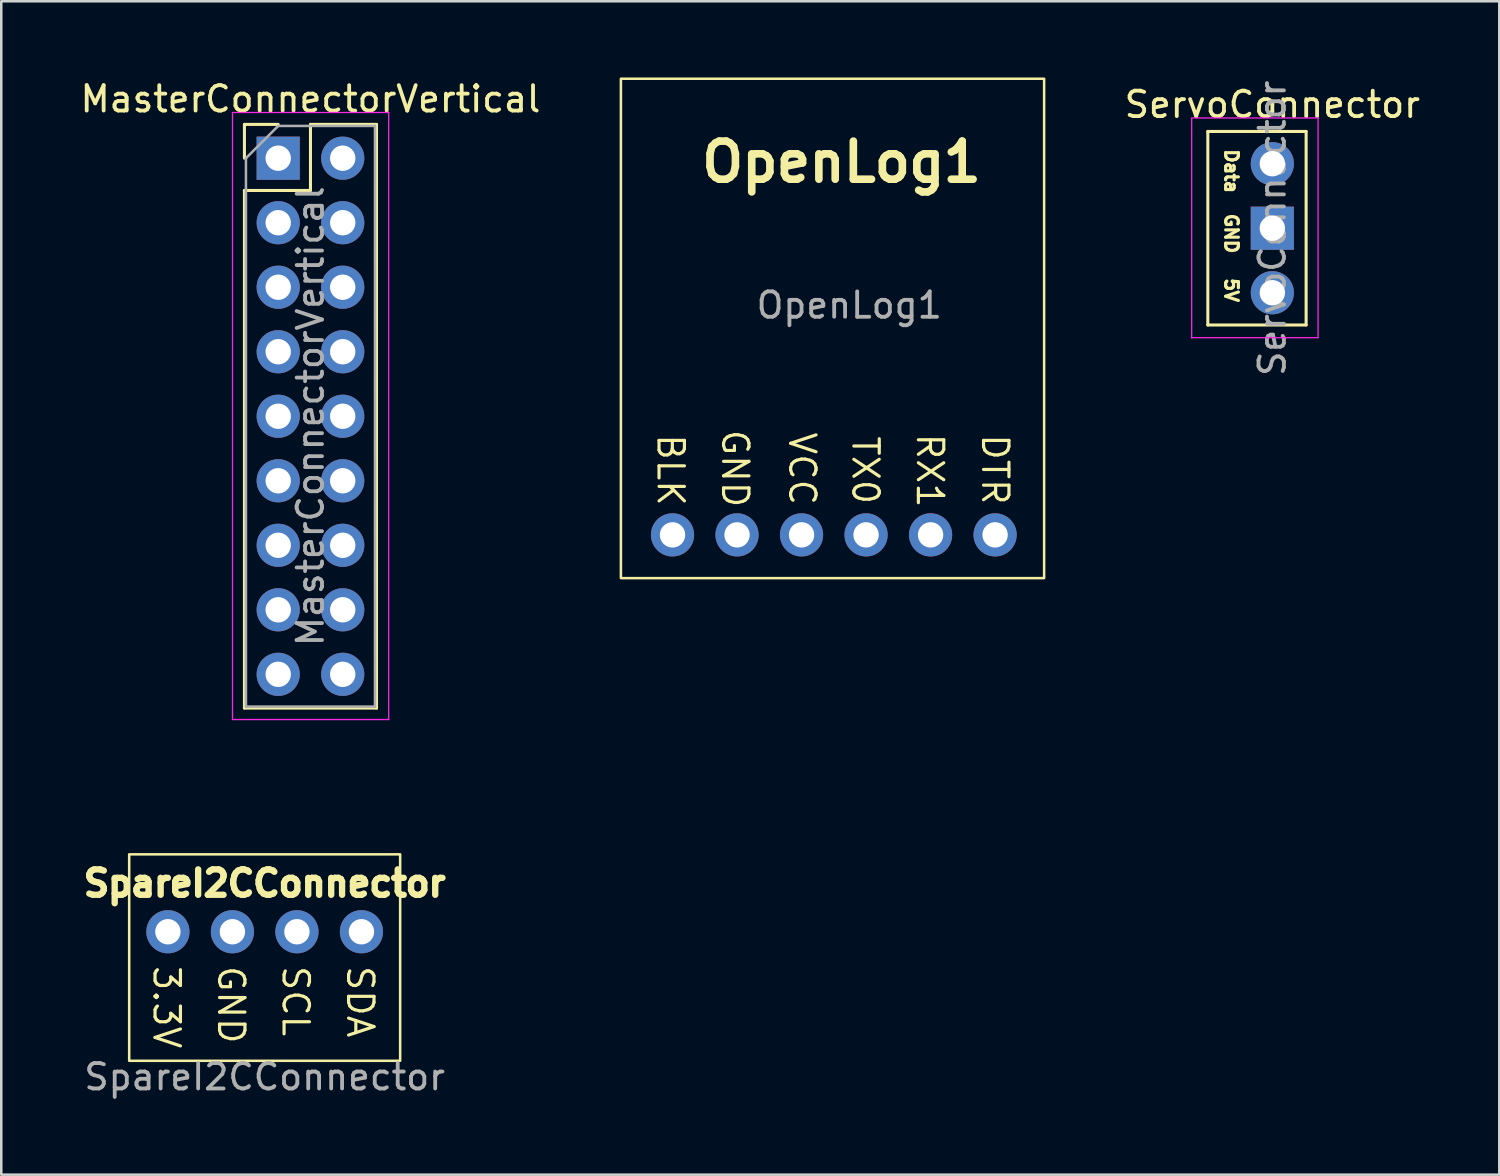
<source format=kicad_pcb>
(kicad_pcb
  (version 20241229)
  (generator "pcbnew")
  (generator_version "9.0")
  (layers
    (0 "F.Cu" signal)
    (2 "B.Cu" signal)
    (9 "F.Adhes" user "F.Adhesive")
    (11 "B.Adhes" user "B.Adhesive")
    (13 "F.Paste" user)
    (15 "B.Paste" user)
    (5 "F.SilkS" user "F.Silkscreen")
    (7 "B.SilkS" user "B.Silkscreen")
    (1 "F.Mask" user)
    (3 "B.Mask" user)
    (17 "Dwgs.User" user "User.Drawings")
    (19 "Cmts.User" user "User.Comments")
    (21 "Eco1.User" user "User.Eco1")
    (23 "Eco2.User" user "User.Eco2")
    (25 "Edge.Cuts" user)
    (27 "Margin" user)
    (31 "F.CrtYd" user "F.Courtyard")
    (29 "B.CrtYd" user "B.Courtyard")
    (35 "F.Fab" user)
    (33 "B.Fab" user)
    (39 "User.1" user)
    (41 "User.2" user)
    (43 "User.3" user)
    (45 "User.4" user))
  (footprint "MasterConnectorVertical"
    (layer "F.Cu")
    (at 7.903 3.178)
    (property "Reference" "MasterConnectorVertical" (at 1.27 -2.33 0) (layer "F.SilkS") (effects (font (size 1 1) (thickness 0.15))))
    (attr through_hole)
    (fp_line (start -1.33 -1.33) (end 0 -1.33) (stroke (width 0.12) (type solid)) (layer "F.SilkS"))
    (fp_line (start -1.33 0) (end -1.33 -1.33) (stroke (width 0.12) (type solid)) (layer "F.SilkS"))
    (fp_line (start -1.33 1.27) (end -1.33 21.65) (stroke (width 0.12) (type solid)) (layer "F.SilkS"))
    (fp_line (start -1.33 1.27) (end 1.27 1.27) (stroke (width 0.12) (type solid)) (layer "F.SilkS"))
    (fp_line (start -1.33 21.65) (end 3.87 21.65) (stroke (width 0.12) (type solid)) (layer "F.SilkS"))
    (fp_line (start 1.27 -1.33) (end 3.87 -1.33) (stroke (width 0.12) (type solid)) (layer "F.SilkS"))
    (fp_line (start 1.27 1.27) (end 1.27 -1.33) (stroke (width 0.12) (type solid)) (layer "F.SilkS"))
    (fp_line (start 3.87 -1.33) (end 3.87 21.65) (stroke (width 0.12) (type solid)) (layer "F.SilkS"))
    (fp_line (start -1.8 -1.8) (end -1.8 22.1) (stroke (width 0.05) (type solid)) (layer "F.CrtYd"))
    (fp_line (start -1.8 22.1) (end 4.35 22.1) (stroke (width 0.05) (type solid)) (layer "F.CrtYd"))
    (fp_line (start 4.35 -1.8) (end -1.8 -1.8) (stroke (width 0.05) (type solid)) (layer "F.CrtYd"))
    (fp_line (start 4.35 22.1) (end 4.35 -1.8) (stroke (width 0.05) (type solid)) (layer "F.CrtYd"))
    (fp_line (start -1.27 0) (end 0 -1.27) (stroke (width 0.1) (type solid)) (layer "F.Fab"))
    (fp_line (start -1.27 21.59) (end -1.27 0) (stroke (width 0.1) (type solid)) (layer "F.Fab"))
    (fp_line (start 0 -1.27) (end 3.81 -1.27) (stroke (width 0.1) (type solid)) (layer "F.Fab"))
    (fp_line (start 3.81 -1.27) (end 3.81 21.59) (stroke (width 0.1) (type solid)) (layer "F.Fab"))
    (fp_line (start 3.81 21.59) (end -1.27 21.59) (stroke (width 0.1) (type solid)) (layer "F.Fab"))
    (fp_text user "${REFERENCE}" (at 1.27 10.16 90) (layer "F.Fab") (effects (font (size 1 1) (thickness 0.15))))
    (pad "1" thru_hole rect (at 0 0) (size 1.7 1.7) (drill 1) (layers "*.Cu" "*.Mask"))
    (pad "2" thru_hole oval (at 2.54 0) (size 1.7 1.7) (drill 1) (layers "*.Cu" "*.Mask"))
    (pad "3" thru_hole oval (at 0 2.54) (size 1.7 1.7) (drill 1) (layers "*.Cu" "*.Mask"))
    (pad "4" thru_hole oval (at 2.54 2.54) (size 1.7 1.7) (drill 1) (layers "*.Cu" "*.Mask"))
    (pad "5" thru_hole oval (at 0 5.08) (size 1.7 1.7) (drill 1) (layers "*.Cu" "*.Mask"))
    (pad "6" thru_hole oval (at 2.54 5.08) (size 1.7 1.7) (drill 1) (layers "*.Cu" "*.Mask"))
    (pad "7" thru_hole oval (at 0 7.62) (size 1.7 1.7) (drill 1) (layers "*.Cu" "*.Mask"))
    (pad "8" thru_hole oval (at 2.54 7.62) (size 1.7 1.7) (drill 1) (layers "*.Cu" "*.Mask"))
    (pad "9" thru_hole oval (at 0 10.16) (size 1.7 1.7) (drill 1) (layers "*.Cu" "*.Mask"))
    (pad "10" thru_hole oval (at 2.54 10.16) (size 1.7 1.7) (drill 1) (layers "*.Cu" "*.Mask"))
    (pad "11" thru_hole oval (at 0 12.7) (size 1.7 1.7) (drill 1) (layers "*.Cu" "*.Mask"))
    (pad "12" thru_hole oval (at 2.54 12.7) (size 1.7 1.7) (drill 1) (layers "*.Cu" "*.Mask"))
    (pad "13" thru_hole oval (at 0 15.24) (size 1.7 1.7) (drill 1) (layers "*.Cu" "*.Mask"))
    (pad "14" thru_hole oval (at 2.54 15.24) (size 1.7 1.7) (drill 1) (layers "*.Cu" "*.Mask"))
    (pad "15" thru_hole oval (at 0 17.78) (size 1.7 1.7) (drill 1) (layers "*.Cu" "*.Mask"))
    (pad "16" thru_hole oval (at 2.54 17.78) (size 1.7 1.7) (drill 1) (layers "*.Cu" "*.Mask"))
    (pad "17" thru_hole oval (at 0 20.32) (size 1.7 1.7) (drill 1) (layers "*.Cu" "*.Mask"))
    (pad "18" thru_hole oval (at 2.54 20.32) (size 1.7 1.7) (drill 1) (layers "*.Cu" "*.Mask")))
  (footprint "OpenLog1"
    (layer "F.Cu")
    (at 31.047 12.928)
    (property "Reference" "OpenLog1" (at -0.965 -9.601 0) (unlocked yes) (layer "F.SilkS") (effects (font (size 1.5 1.5) (thickness 0.3) (bold yes))))
    (attr through_hole)
    (fp_rect (start 7.01 6.782) (end -9.652 -12.878) (stroke (width 0.1) (type default)) (fill no) (layer "F.SilkS"))
    (fp_text user "TX0" (at -0.61 1.118 270) (unlocked yes) (layer "F.SilkS") (effects (font (size 1 1) (thickness 0.125)) (justify left bottom)))
    (fp_text user "GND" (at -5.74 0.864 270) (unlocked yes) (layer "F.SilkS") (effects (font (size 1 1) (thickness 0.125)) (justify left bottom)))
    (fp_text user "RX1" (at 1.93 1.016 270) (unlocked yes) (layer "F.SilkS") (effects (font (size 1 1) (thickness 0.125)) (justify left bottom)))
    (fp_text user "BLK" (at -8.28 1.041 270) (unlocked yes) (layer "F.SilkS") (effects (font (size 1 1) (thickness 0.125)) (justify left bottom)))
    (fp_text user "DTR" (at 4.496 1.041 270) (unlocked yes) (layer "F.SilkS") (effects (font (size 1 1) (thickness 0.125)) (justify left bottom)))
    (fp_text user "VCC" (at -3.099 0.965 270) (unlocked yes) (layer "F.SilkS") (effects (font (size 1 1) (thickness 0.125)) (justify left bottom)))
    (fp_text user "${REFERENCE}" (at -0.66 -3.962 0) (unlocked yes) (layer "F.Fab") (effects (font (size 1 1) (thickness 0.15))))
    (pad "1" thru_hole circle (at -7.62 5.08) (size 1.7 1.7) (drill 1) (layers "*.Cu" "*.Mask"))
    (pad "2" thru_hole circle (at -5.08 5.08) (size 1.7 1.7) (drill 1) (layers "*.Cu" "*.Mask"))
    (pad "3" thru_hole circle (at -2.54 5.08) (size 1.7 1.7) (drill 1) (layers "*.Cu" "*.Mask"))
    (pad "4" thru_hole circle (at 0 5.08) (size 1.7 1.7) (drill 1) (layers "*.Cu" "*.Mask"))
    (pad "5" thru_hole circle (at 2.54 5.08) (size 1.7 1.7) (drill 1) (layers "*.Cu" "*.Mask"))
    (pad "6" thru_hole circle (at 5.08 5.08) (size 1.7 1.7) (drill 1) (layers "*.Cu" "*.Mask")))
  (footprint "SpareI2CConnector"
    (layer "F.Cu")
    (at 8.64 28.553)
    (property "Reference" "SpareI2CConnector" (at -1.27 3.175 0) (unlocked yes) (layer "F.SilkS") (effects (font (size 1 1) (thickness 0.25) (bold yes))))
    (attr through_hole)
    (fp_rect (start -6.604 2.032) (end 4.064 10.16) (stroke (width 0.1) (type default)) (fill no) (layer "F.SilkS"))
    (fp_text user "3.3V" (at -5.715 6.35 270) (unlocked yes) (layer "F.SilkS") (effects (font (size 1 1) (thickness 0.125)) (justify left bottom)))
    (fp_text user "GND" (at -3.175 6.35 270) (unlocked yes) (layer "F.SilkS") (effects (font (size 1 1) (thickness 0.125)) (justify left bottom)))
    (fp_text user "SCL" (at -0.635 6.35 270) (unlocked yes) (layer "F.SilkS") (effects (font (size 1 1) (thickness 0.125)) (justify left bottom)))
    (fp_text user "SDA" (at 1.905 6.35 270) (unlocked yes) (layer "F.SilkS") (effects (font (size 1 1) (thickness 0.125)) (justify left bottom)))
    (fp_text user "${REFERENCE}" (at -1.27 10.795 0) (unlocked yes) (layer "F.Fab") (effects (font (size 1 1) (thickness 0.15))))
    (pad "1" thru_hole circle (at -5.08 5.08) (size 1.7 1.7) (drill 1) (layers "*.Cu" "*.Mask"))
    (pad "2" thru_hole circle (at -2.54 5.08) (size 1.7 1.7) (drill 1) (layers "*.Cu" "*.Mask"))
    (pad "3" thru_hole circle (at 0 5.08) (size 1.7 1.7) (drill 1) (layers "*.Cu" "*.Mask"))
    (pad "4" thru_hole circle (at 2.54 5.08) (size 1.7 1.7) (drill 1) (layers "*.Cu" "*.Mask")))
  (footprint "ServoConnector"
    (layer "F.Cu")
    (at 47.042 3.395)
    (property "Reference" "ServoConnector" (at 0 -2.33 180) (layer "F.SilkS") (effects (font (size 1 1) (thickness 0.15))))
    (attr through_hole)
    (fp_line (start -2.54 -1.27) (end -2.54 6.35) (stroke (width 0.12) (type solid)) (layer "F.SilkS"))
    (fp_line (start -2.54 -1.27) (end 1.33 -1.27) (stroke (width 0.12) (type solid)) (layer "F.SilkS"))
    (fp_line (start -2.54 6.35) (end 1.33 6.35) (stroke (width 0.12) (type solid)) (layer "F.SilkS"))
    (fp_line (start 1.33 -1.27) (end 1.33 6.35) (stroke (width 0.12) (type solid)) (layer "F.SilkS"))
    (fp_line (start -3.175 -1.785) (end -3.175 6.865) (stroke (width 0.05) (type solid)) (layer "F.CrtYd"))
    (fp_line (start -3.175 6.85) (end 1.8 6.85) (stroke (width 0.05) (type solid)) (layer "F.CrtYd"))
    (fp_line (start 1.8 -1.8) (end -3.175 -1.8) (stroke (width 0.05) (type solid)) (layer "F.CrtYd"))
    (fp_line (start 1.8 6.85) (end 1.8 -1.8) (stroke (width 0.05) (type solid)) (layer "F.CrtYd"))
    (fp_text user "5V" (at -1.905 4.445 270) (unlocked yes) (layer "F.SilkS") (effects (font (size 0.5 0.5) (thickness 0.125)) (justify left bottom)))
    (fp_text user "GND" (at -1.905 1.905 270) (unlocked yes) (layer "F.SilkS") (effects (font (size 0.5 0.5) (thickness 0.125)) (justify left bottom)))
    (fp_text user "Data" (at -1.905 -0.635 270) (unlocked yes) (layer "F.SilkS") (effects (font (size 0.5 0.5) (thickness 0.125)) (justify left bottom)))
    (fp_text user "${REFERENCE}" (at 0 2.54 90) (layer "F.Fab") (effects (font (size 1 1) (thickness 0.15))))
    (pad "1" thru_hole oval (at 0 0) (size 1.7 1.7) (drill 1) (layers "*.Cu" "*.Mask"))
    (pad "2" thru_hole rect (at 0 2.54) (size 1.7 1.7) (drill 1) (layers "*.Cu" "*.Mask"))
    (pad "3" thru_hole oval (at 0 5.08) (size 1.7 1.7) (drill 1) (layers "*.Cu" "*.Mask")))
  (gr_rect
    (start -3 -3)
    (end 55.977 43.197)
    (stroke (width 0.1) (type default))
    (fill no)
    (layer "Edge.Cuts")))
</source>
